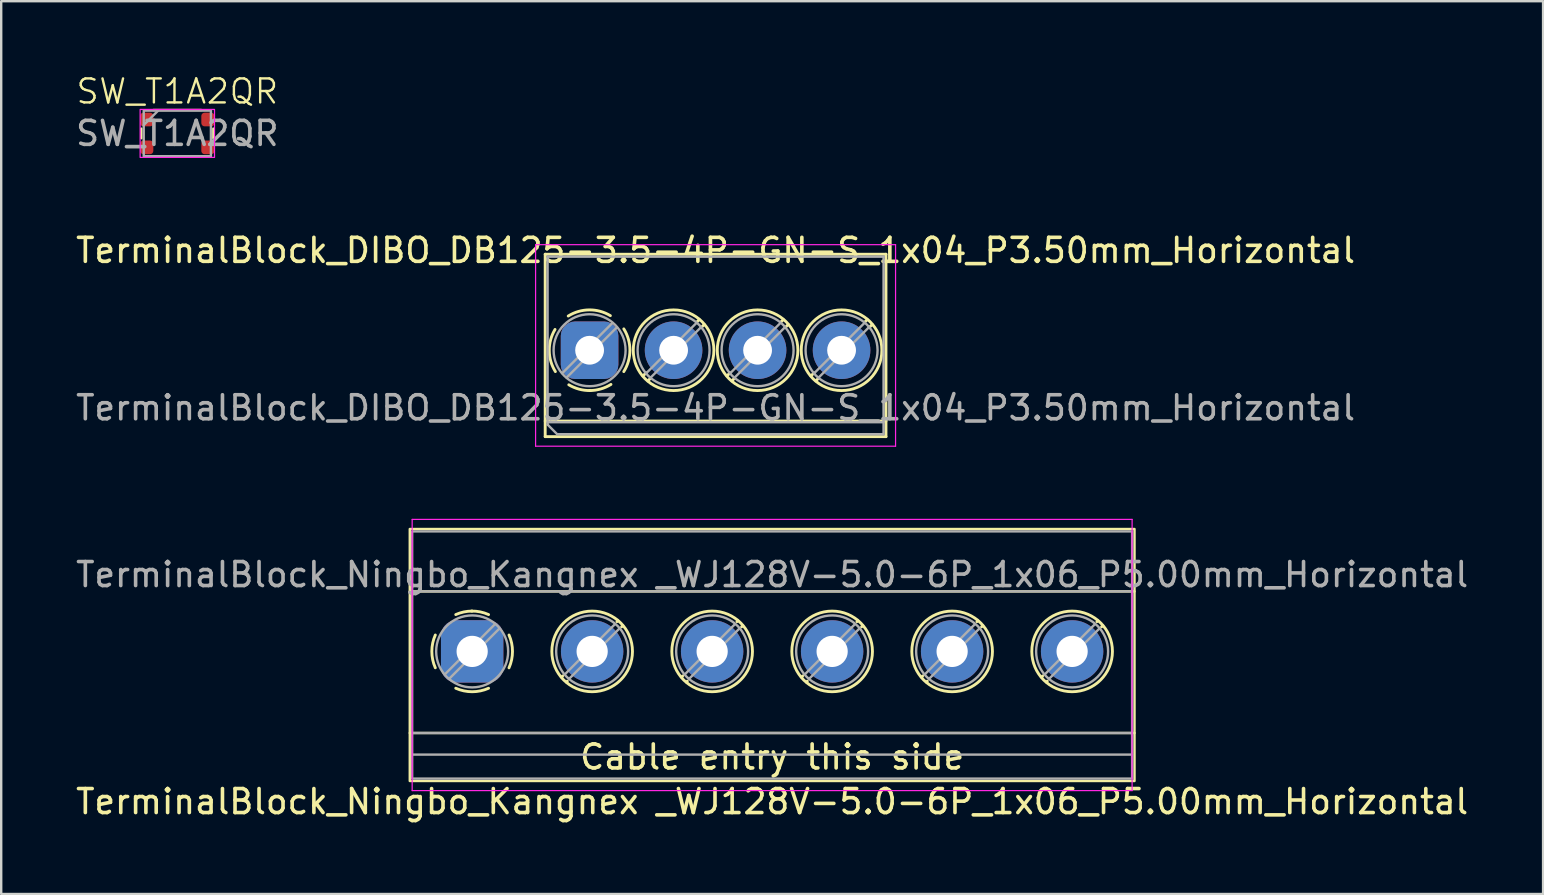
<source format=kicad_pcb>
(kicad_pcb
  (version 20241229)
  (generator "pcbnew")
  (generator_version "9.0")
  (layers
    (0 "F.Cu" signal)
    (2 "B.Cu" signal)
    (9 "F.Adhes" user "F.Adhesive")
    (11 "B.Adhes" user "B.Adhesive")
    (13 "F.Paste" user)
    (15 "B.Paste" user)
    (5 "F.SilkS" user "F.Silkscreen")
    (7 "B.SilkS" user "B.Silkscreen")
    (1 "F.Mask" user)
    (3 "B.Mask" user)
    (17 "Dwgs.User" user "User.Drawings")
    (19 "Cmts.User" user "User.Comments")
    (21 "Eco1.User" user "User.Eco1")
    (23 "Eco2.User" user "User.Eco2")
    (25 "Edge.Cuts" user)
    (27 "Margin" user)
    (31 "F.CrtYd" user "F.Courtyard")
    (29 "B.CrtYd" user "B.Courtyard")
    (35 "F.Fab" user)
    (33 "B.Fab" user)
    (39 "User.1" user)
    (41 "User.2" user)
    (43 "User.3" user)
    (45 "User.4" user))
  (footprint "TerminalBlock_DIBO_DB125-3.5-4P-GN-S_1x04_P3.50mm_Horizontal"
    (layer "F.Cu")
    (at 21.518 11.544)
    (property "Reference" "TerminalBlock_DIBO_DB125-3.5-4P-GN-S_1x04_P3.50mm_Horizontal" (at 5.25 -4.16 0) (layer "F.SilkS") (effects (font (size 1 1) (thickness 0.15))))
    (attr through_hole)
    (fp_line (start -1.85 -4) (end -1.85 3.6) (stroke (width 0.12) (type solid)) (layer "F.SilkS"))
    (fp_line (start -1.85 -4) (end 12.35 -4) (stroke (width 0.12) (type solid)) (layer "F.SilkS"))
    (fp_line (start -1.85 2.95) (end 12.35 2.95) (stroke (width 0.12) (type solid)) (layer "F.SilkS"))
    (fp_line (start -1.85 3.6) (end 12.35 3.6) (stroke (width 0.12) (type solid)) (layer "F.SilkS"))
    (fp_line (start 2.355 0.941) (end 2.226 1.069) (stroke (width 0.12) (type solid)) (layer "F.SilkS"))
    (fp_line (start 2.525 1.181) (end 2.431 1.274) (stroke (width 0.12) (type solid)) (layer "F.SilkS"))
    (fp_line (start 4.57 -1.275) (end 4.476 -1.181) (stroke (width 0.12) (type solid)) (layer "F.SilkS"))
    (fp_line (start 4.775 -1.069) (end 4.646 -0.941) (stroke (width 0.12) (type solid)) (layer "F.SilkS"))
    (fp_line (start 5.855 0.941) (end 5.726 1.069) (stroke (width 0.12) (type solid)) (layer "F.SilkS"))
    (fp_line (start 6.025 1.181) (end 5.931 1.274) (stroke (width 0.12) (type solid)) (layer "F.SilkS"))
    (fp_line (start 8.07 -1.275) (end 7.976 -1.181) (stroke (width 0.12) (type solid)) (layer "F.SilkS"))
    (fp_line (start 8.275 -1.069) (end 8.146 -0.941) (stroke (width 0.12) (type solid)) (layer "F.SilkS"))
    (fp_line (start 9.355 0.941) (end 9.226 1.069) (stroke (width 0.12) (type solid)) (layer "F.SilkS"))
    (fp_line (start 9.525 1.181) (end 9.431 1.274) (stroke (width 0.12) (type solid)) (layer "F.SilkS"))
    (fp_line (start 11.57 -1.275) (end 11.476 -1.181) (stroke (width 0.12) (type solid)) (layer "F.SilkS"))
    (fp_line (start 11.775 -1.069) (end 11.646 -0.941) (stroke (width 0.12) (type solid)) (layer "F.SilkS"))
    (fp_line (start 12.35 -4) (end 12.35 3.6) (stroke (width 0.12) (type solid)) (layer "F.SilkS"))
    (fp_arc (start -1.425358 0.889894) (mid -1.680286 0.014012) (end -1.44 -0.866) (stroke (width 0.12) (type solid)) (layer "F.SilkS"))
    (fp_arc (start -0.889894 -1.425358) (mid -0.014012 -1.680286) (end 0.866 -1.44) (stroke (width 0.12) (type solid)) (layer "F.SilkS"))
    (fp_arc (start 0.028674 1.680099) (mid -0.435535 1.622918) (end -0.866 1.44) (stroke (width 0.12) (type solid)) (layer "F.SilkS"))
    (fp_arc (start 0.890264 1.424721) (mid 0.463071 1.61492) (end 0 1.68) (stroke (width 0.12) (type solid)) (layer "F.SilkS"))
    (fp_arc (start 1.425504 -0.890193) (mid 1.680626 0.000476) (end 1.425 0.891) (stroke (width 0.12) (type solid)) (layer "F.SilkS"))
    (fp_circle (center 3.5 0) (end 5.18 0) (stroke (width 0.12) (type solid)) (fill no) (layer "F.SilkS"))
    (fp_circle (center 7 0) (end 8.68 0) (stroke (width 0.12) (type solid)) (fill no) (layer "F.SilkS"))
    (fp_circle (center 10.5 0) (end 12.18 0) (stroke (width 0.12) (type solid)) (fill no) (layer "F.SilkS"))
    (fp_line (start -2.25 -4.4) (end -2.25 4) (stroke (width 0.05) (type solid)) (layer "F.CrtYd"))
    (fp_line (start -2.25 4) (end 12.75 4) (stroke (width 0.05) (type solid)) (layer "F.CrtYd"))
    (fp_line (start 12.75 -4.4) (end -2.25 -4.4) (stroke (width 0.05) (type solid)) (layer "F.CrtYd"))
    (fp_line (start 12.75 4) (end 12.75 -4.4) (stroke (width 0.05) (type solid)) (layer "F.CrtYd"))
    (fp_line (start -1.75 -3.9) (end 12.25 -3.9) (stroke (width 0.1) (type solid)) (layer "F.Fab"))
    (fp_line (start -1.75 3) (end 12.25 3) (stroke (width 0.1) (type solid)) (layer "F.Fab"))
    (fp_line (start -1.75 3.1) (end -1.75 -3.9) (stroke (width 0.1) (type solid)) (layer "F.Fab"))
    (fp_line (start -1.35 3.5) (end -1.75 3.1) (stroke (width 0.1) (type solid)) (layer "F.Fab"))
    (fp_line (start 0.955 -1.138) (end -1.138 0.955) (stroke (width 0.1) (type solid)) (layer "F.Fab"))
    (fp_line (start 1.138 -0.955) (end -0.955 1.138) (stroke (width 0.1) (type solid)) (layer "F.Fab"))
    (fp_line (start 4.455 -1.138) (end 2.363 0.955) (stroke (width 0.1) (type solid)) (layer "F.Fab"))
    (fp_line (start 4.638 -0.955) (end 2.546 1.138) (stroke (width 0.1) (type solid)) (layer "F.Fab"))
    (fp_line (start 7.955 -1.138) (end 5.863 0.955) (stroke (width 0.1) (type solid)) (layer "F.Fab"))
    (fp_line (start 8.138 -0.955) (end 6.046 1.138) (stroke (width 0.1) (type solid)) (layer "F.Fab"))
    (fp_line (start 11.455 -1.138) (end 9.363 0.955) (stroke (width 0.1) (type solid)) (layer "F.Fab"))
    (fp_line (start 11.638 -0.955) (end 9.546 1.138) (stroke (width 0.1) (type solid)) (layer "F.Fab"))
    (fp_line (start 12.25 -3.9) (end 12.25 3.5) (stroke (width 0.1) (type solid)) (layer "F.Fab"))
    (fp_line (start 12.25 3.5) (end -1.35 3.5) (stroke (width 0.1) (type solid)) (layer "F.Fab"))
    (fp_circle (center 0 0) (end 1.5 0) (stroke (width 0.1) (type solid)) (fill no) (layer "F.Fab"))
    (fp_circle (center 3.5 0) (end 5 0) (stroke (width 0.1) (type solid)) (fill no) (layer "F.Fab"))
    (fp_circle (center 7 0) (end 8.5 0) (stroke (width 0.1) (type solid)) (fill no) (layer "F.Fab"))
    (fp_circle (center 10.5 0) (end 12 0) (stroke (width 0.1) (type solid)) (fill no) (layer "F.Fab"))
    (fp_text user "${REFERENCE}" (at 5.25 2.4 0) (layer "F.Fab") (effects (font (size 1 1) (thickness 0.15))))
    (pad "1" thru_hole roundrect (at 0 0) (size 2.4 2.4) (drill 1.2) (layers "*.Cu" "*.Mask") (roundrect_rratio 0.25))
    (pad "2" thru_hole circle (at 3.5 0) (size 2.4 2.4) (drill 1.2) (layers "*.Cu" "*.Mask"))
    (pad "3" thru_hole circle (at 7 0) (size 2.4 2.4) (drill 1.2) (layers "*.Cu" "*.Mask"))
    (pad "4" thru_hole circle (at 10.5 0) (size 2.4 2.4) (drill 1.2) (layers "*.Cu" "*.Mask")))
  (footprint "TerminalBlock_Ningbo_Kangnex _WJ128V-5.0-6P_1x06_P5.00mm_Horizontal"
    (layer "F.Cu")
    (at 16.625 24.094)
    (property "Reference" "TerminalBlock_Ningbo_Kangnex _WJ128V-5.0-6P_1x06_P5.00mm_Horizontal" (at 12.5 6.26 180) (layer "F.SilkS") (effects (font (size 1 1) (thickness 0.15))))
    (attr through_hole)
    (fp_line (start -2.6 3.4) (end 27.6 3.4) (stroke (width 0.1) (type default)) (layer "F.SilkS"))
    (fp_line (start 3.725 1.069) (end 3.772 1.023) (stroke (width 0.12) (type solid)) (layer "F.SilkS"))
    (fp_line (start 3.93 1.275) (end 3.965 1.239) (stroke (width 0.12) (type solid)) (layer "F.SilkS"))
    (fp_line (start 6.034 -1.239) (end 6.069 -1.274) (stroke (width 0.12) (type solid)) (layer "F.SilkS"))
    (fp_line (start 6.227 -1.023) (end 6.274 -1.069) (stroke (width 0.12) (type solid)) (layer "F.SilkS"))
    (fp_line (start 8.725 1.069) (end 8.772 1.023) (stroke (width 0.12) (type solid)) (layer "F.SilkS"))
    (fp_line (start 8.93 1.275) (end 8.965 1.239) (stroke (width 0.12) (type solid)) (layer "F.SilkS"))
    (fp_line (start 11.034 -1.239) (end 11.069 -1.274) (stroke (width 0.12) (type solid)) (layer "F.SilkS"))
    (fp_line (start 11.227 -1.023) (end 11.274 -1.069) (stroke (width 0.12) (type solid)) (layer "F.SilkS"))
    (fp_line (start 13.725 1.069) (end 13.772 1.023) (stroke (width 0.12) (type solid)) (layer "F.SilkS"))
    (fp_line (start 13.93 1.275) (end 13.965 1.239) (stroke (width 0.12) (type solid)) (layer "F.SilkS"))
    (fp_line (start 16.034 -1.239) (end 16.069 -1.274) (stroke (width 0.12) (type solid)) (layer "F.SilkS"))
    (fp_line (start 16.227 -1.023) (end 16.274 -1.069) (stroke (width 0.12) (type solid)) (layer "F.SilkS"))
    (fp_line (start 18.725 1.069) (end 18.772 1.023) (stroke (width 0.12) (type solid)) (layer "F.SilkS"))
    (fp_line (start 18.93 1.275) (end 18.965 1.239) (stroke (width 0.12) (type solid)) (layer "F.SilkS"))
    (fp_line (start 21.034 -1.239) (end 21.069 -1.274) (stroke (width 0.12) (type solid)) (layer "F.SilkS"))
    (fp_line (start 21.227 -1.023) (end 21.274 -1.069) (stroke (width 0.12) (type solid)) (layer "F.SilkS"))
    (fp_line (start 23.725 1.069) (end 23.772 1.023) (stroke (width 0.12) (type solid)) (layer "F.SilkS"))
    (fp_line (start 23.93 1.275) (end 23.965 1.239) (stroke (width 0.12) (type solid)) (layer "F.SilkS"))
    (fp_line (start 26.034 -1.239) (end 26.069 -1.274) (stroke (width 0.12) (type solid)) (layer "F.SilkS"))
    (fp_line (start 26.227 -1.023) (end 26.274 -1.069) (stroke (width 0.12) (type solid)) (layer "F.SilkS"))
    (fp_line (start 27.6 -2.5) (end -2.6 -2.5) (stroke (width 0.1) (type default)) (layer "F.SilkS"))
    (fp_arc (start -1.535427 0.683043) (mid -1.680501 -0.000524) (end -1.535 -0.684) (stroke (width 0.12) (type solid)) (layer "F.SilkS"))
    (fp_arc (start -0.683318 -1.534755) (mid -0.349292 -1.643287) (end 0 -1.68) (stroke (width 0.12) (type solid)) (layer "F.SilkS"))
    (fp_arc (start -0.028805 -1.680253) (mid 0.335551 -1.646659) (end 0.684 -1.535) (stroke (width 0.12) (type solid)) (layer "F.SilkS"))
    (fp_arc (start 0.683042 1.535427) (mid -0.000524 1.680501) (end -0.684 1.535) (stroke (width 0.12) (type solid)) (layer "F.SilkS"))
    (fp_arc (start 1.535427 -0.683042) (mid 1.680501 0.000524) (end 1.535 0.684) (stroke (width 0.12) (type solid)) (layer "F.SilkS"))
    (fp_circle (center 5 0) (end 3.32 0) (stroke (width 0.12) (type solid)) (fill no) (layer "F.SilkS"))
    (fp_circle (center 10 0) (end 8.32 0) (stroke (width 0.12) (type solid)) (fill no) (layer "F.SilkS"))
    (fp_circle (center 15 0) (end 13.32 0) (stroke (width 0.12) (type solid)) (fill no) (layer "F.SilkS"))
    (fp_circle (center 20 0) (end 18.32 0) (stroke (width 0.12) (type solid)) (fill no) (layer "F.SilkS"))
    (fp_circle (center 25 0) (end 23.32 0) (stroke (width 0.12) (type solid)) (fill no) (layer "F.SilkS"))
    (fp_poly (pts (xy 27.6 5.4) (xy -2.6 5.4) (xy -2.6 -5.1) (xy 27.6 -5.1)) (stroke (width 0.1) (type default)) (fill no) (layer "F.SilkS"))
    (fp_line (start -2.5 -5.5) (end -2.5 5.8) (stroke (width 0.05) (type solid)) (layer "F.CrtYd"))
    (fp_line (start -2.5 5.8) (end 27.5 5.8) (stroke (width 0.05) (type solid)) (layer "F.CrtYd"))
    (fp_line (start 27.5 -5.5) (end -2.5 -5.5) (stroke (width 0.05) (type solid)) (layer "F.CrtYd"))
    (fp_line (start 27.5 5.8) (end 27.5 -5.5) (stroke (width 0.05) (type solid)) (layer "F.CrtYd"))
    (fp_line (start -2.5 3.4) (end 27.5 3.4) (stroke (width 0.1) (type default)) (layer "F.Fab"))
    (fp_line (start -1.138 0.955) (end 0.954 -1.138) (stroke (width 0.1) (type solid)) (layer "F.Fab"))
    (fp_line (start -0.955 1.138) (end 1.137 -0.955) (stroke (width 0.1) (type solid)) (layer "F.Fab"))
    (fp_line (start 3.862 0.955) (end 5.954 -1.138) (stroke (width 0.1) (type solid)) (layer "F.Fab"))
    (fp_line (start 4.045 1.138) (end 6.137 -0.955) (stroke (width 0.1) (type solid)) (layer "F.Fab"))
    (fp_line (start 8.862 0.955) (end 10.954 -1.138) (stroke (width 0.1) (type solid)) (layer "F.Fab"))
    (fp_line (start 9.045 1.138) (end 11.137 -0.955) (stroke (width 0.1) (type solid)) (layer "F.Fab"))
    (fp_line (start 13.862 0.955) (end 15.954 -1.138) (stroke (width 0.1) (type solid)) (layer "F.Fab"))
    (fp_line (start 14.045 1.138) (end 16.137 -0.955) (stroke (width 0.1) (type solid)) (layer "F.Fab"))
    (fp_line (start 18.862 0.955) (end 20.954 -1.138) (stroke (width 0.1) (type solid)) (layer "F.Fab"))
    (fp_line (start 19.045 1.138) (end 21.137 -0.955) (stroke (width 0.1) (type solid)) (layer "F.Fab"))
    (fp_line (start 23.862 0.955) (end 25.955 -1.138) (stroke (width 0.1) (type solid)) (layer "F.Fab"))
    (fp_line (start 24.045 1.138) (end 26.138 -0.955) (stroke (width 0.1) (type solid)) (layer "F.Fab"))
    (fp_line (start 27.5 -2.5) (end -2.5 -2.5) (stroke (width 0.1) (type default)) (layer "F.Fab"))
    (fp_line (start 27.5 4.3) (end -2.5 4.3) (stroke (width 0.1) (type default)) (layer "F.Fab"))
    (fp_circle (center 0 0) (end -1.5 0) (stroke (width 0.1) (type solid)) (fill no) (layer "F.Fab"))
    (fp_circle (center 5 0) (end 3.5 0) (stroke (width 0.1) (type solid)) (fill no) (layer "F.Fab"))
    (fp_circle (center 10 0) (end 8.5 0) (stroke (width 0.1) (type solid)) (fill no) (layer "F.Fab"))
    (fp_circle (center 15 0) (end 13.5 0) (stroke (width 0.1) (type solid)) (fill no) (layer "F.Fab"))
    (fp_circle (center 20 0) (end 18.5 0) (stroke (width 0.1) (type solid)) (fill no) (layer "F.Fab"))
    (fp_circle (center 25 0) (end 23.5 0) (stroke (width 0.1) (type solid)) (fill no) (layer "F.Fab"))
    (fp_poly (pts (xy 27.5 5.3) (xy -2.5 5.3) (xy -2.5 -5) (xy 27.5 -5)) (stroke (width 0.1) (type default)) (fill no) (layer "F.Fab"))
    (fp_text user "Cable entry this side" (at 12.5 4.4 180) (layer "F.SilkS") (effects (font (size 1 1) (thickness 0.15))))
    (fp_text user "${REFERENCE}" (at 12.5 -3.2 180) (layer "F.Fab") (effects (font (size 1 1) (thickness 0.15))))
    (pad "1" thru_hole roundrect (at 0 0) (size 2.6 2.6) (drill 1.3) (layers "*.Cu" "*.Mask") (roundrect_rratio 0.25))
    (pad "2" thru_hole circle (at 5 0) (size 2.6 2.6) (drill 1.3) (layers "*.Cu" "*.Mask"))
    (pad "3" thru_hole circle (at 10 0) (size 2.6 2.6) (drill 1.3) (layers "*.Cu" "*.Mask"))
    (pad "4" thru_hole circle (at 15 0) (size 2.6 2.6) (drill 1.3) (layers "*.Cu" "*.Mask"))
    (pad "5" thru_hole circle (at 20 0) (size 2.6 2.6) (drill 1.3) (layers "*.Cu" "*.Mask"))
    (pad "6" thru_hole circle (at 25 0) (size 2.6 2.6) (drill 1.3) (layers "*.Cu" "*.Mask")))
  (footprint "SW_T1A2QR"
    (layer "F.Cu")
    (at 4.339 2.51)
    (property "Reference" "SW_T1A2QR" (at 0 -1.75 0) (unlocked yes) (layer "F.SilkS") (effects (font (size 1 1) (thickness 0.1))))
    (attr smd)
    (fp_line (start -1.5 0.2) (end -1.5 -0.2) (stroke (width 0.1) (type default)) (layer "F.SilkS"))
    (fp_line (start -1 0.975) (end 1 0.975) (stroke (width 0.1) (type default)) (layer "F.SilkS"))
    (fp_line (start 1 -0.975) (end -1 -0.975) (stroke (width 0.1) (type default)) (layer "F.SilkS"))
    (fp_line (start 1.5 -0.2) (end 1.5 0.2) (stroke (width 0.1) (type default)) (layer "F.SilkS"))
    (fp_rect (start -1.55 -1) (end 1.55 1) (stroke (width 0.05) (type default)) (fill no) (layer "F.CrtYd"))
    (fp_line (start -1.4 -0.35) (end -0.8 -0.95) (stroke (width 0.1) (type default)) (layer "F.Fab"))
    (fp_rect (start -1.4 -0.95) (end 1.4 0.95) (stroke (width 0.1) (type default)) (fill no) (layer "F.Fab"))
    (fp_text user "${REFERENCE}" (at 0 0 0) (unlocked yes) (layer "F.Fab") (effects (font (size 1 1) (thickness 0.15))))
    (pad "1" smd roundrect (at -1.275 -0.58) (size 0.55 0.57) (layers "F.Cu" "F.Mask" "F.Paste") (roundrect_rratio 0.25))
    (pad "1" smd roundrect (at 1.275 -0.58) (size 0.55 0.57) (layers "F.Cu" "F.Mask" "F.Paste") (roundrect_rratio 0.25))
    (pad "2" smd roundrect (at -1.275 0.58) (size 0.55 0.57) (layers "F.Cu" "F.Mask" "F.Paste") (roundrect_rratio 0.25))
    (pad "2" smd roundrect (at 1.275 0.58) (size 0.55 0.57) (layers "F.Cu" "F.Mask" "F.Paste") (roundrect_rratio 0.25)))
  (gr_rect
    (start -3 -3)
    (end 61.25 34.202)
    (stroke (width 0.1) (type default))
    (fill no)
    (layer "Edge.Cuts")))
</source>
